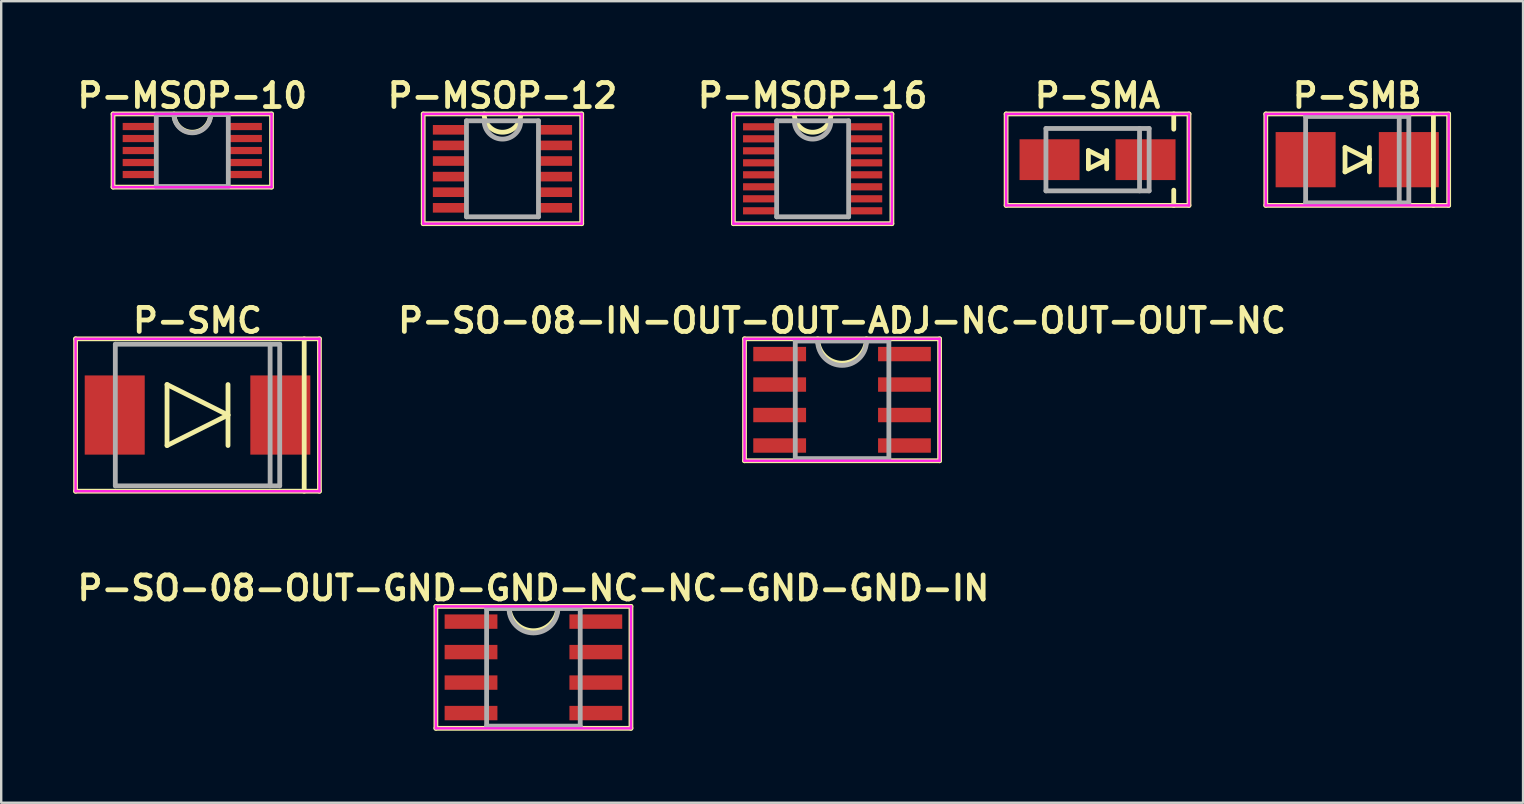
<source format=kicad_pcb>
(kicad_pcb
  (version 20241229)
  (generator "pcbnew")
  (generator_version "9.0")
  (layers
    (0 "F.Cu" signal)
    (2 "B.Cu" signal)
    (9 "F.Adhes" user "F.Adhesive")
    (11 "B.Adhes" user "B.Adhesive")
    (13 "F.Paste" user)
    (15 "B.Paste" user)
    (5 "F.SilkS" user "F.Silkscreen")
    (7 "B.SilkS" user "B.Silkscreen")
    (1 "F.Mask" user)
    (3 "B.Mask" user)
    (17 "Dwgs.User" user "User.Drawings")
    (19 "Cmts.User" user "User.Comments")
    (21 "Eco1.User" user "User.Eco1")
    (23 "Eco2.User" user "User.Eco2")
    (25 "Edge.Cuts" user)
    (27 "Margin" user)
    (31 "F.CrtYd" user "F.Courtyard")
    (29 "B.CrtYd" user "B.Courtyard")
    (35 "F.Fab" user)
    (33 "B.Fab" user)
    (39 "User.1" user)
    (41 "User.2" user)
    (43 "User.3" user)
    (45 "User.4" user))
  (footprint "P-SMA"
    (layer "F.Cu")
    (at 42.681 3.603)
    (property "Reference" "P-SMA" (at 0 -2.667 0) (layer "F.SilkS") (effects (font (size 1 1) (thickness 0.2))))
    (attr through_hole)
    (fp_line (start -3.81 -1.905) (end 3.81 -1.905) (stroke (width 0.2) (type solid)) (layer "F.SilkS"))
    (fp_line (start -3.81 1.905) (end -3.81 -1.905) (stroke (width 0.2) (type solid)) (layer "F.SilkS"))
    (fp_line (start -3.81 1.905) (end 3.81 1.905) (stroke (width 0.2) (type solid)) (layer "F.SilkS"))
    (fp_line (start -0.381 -0.381) (end -0.381 0.381) (stroke (width 0.2) (type solid)) (layer "F.SilkS"))
    (fp_line (start -0.381 0.381) (end 0.381 0) (stroke (width 0.2) (type solid)) (layer "F.SilkS"))
    (fp_line (start 0.381 -0.381) (end 0.381 0.381) (stroke (width 0.2) (type solid)) (layer "F.SilkS"))
    (fp_line (start 0.381 0) (end -0.381 -0.381) (stroke (width 0.2) (type solid)) (layer "F.SilkS"))
    (fp_line (start 3.175 -1.905) (end 3.175 -1.27) (stroke (width 0.2) (type solid)) (layer "F.SilkS"))
    (fp_line (start 3.175 1.27) (end 3.175 1.905) (stroke (width 0.2) (type solid)) (layer "F.SilkS"))
    (fp_line (start 3.81 -1.905) (end 3.81 1.905) (stroke (width 0.2) (type solid)) (layer "F.SilkS"))
    (fp_line (start -3.81 -1.905) (end -3.81 1.905) (stroke (width 0.1) (type solid)) (layer "F.CrtYd"))
    (fp_line (start -3.81 -1.905) (end 3.81 -1.905) (stroke (width 0.1) (type solid)) (layer "F.CrtYd"))
    (fp_line (start -3.81 1.905) (end 3.81 1.905) (stroke (width 0.1) (type solid)) (layer "F.CrtYd"))
    (fp_line (start 3.81 -1.905) (end 3.81 1.905) (stroke (width 0.1) (type solid)) (layer "F.CrtYd"))
    (fp_line (start -2.15 -1.3) (end -2.15 1.3) (stroke (width 0.2) (type solid)) (layer "F.Fab"))
    (fp_line (start -2.15 -1.3) (end 2.15 -1.3) (stroke (width 0.2) (type solid)) (layer "F.Fab"))
    (fp_line (start -2.15 1.3) (end 2.15 1.3) (stroke (width 0.2) (type solid)) (layer "F.Fab"))
    (fp_line (start 1.75 -1.3) (end 1.75 1.3) (stroke (width 0.2) (type solid)) (layer "F.Fab"))
    (fp_line (start 2.15 -1.3) (end 2.15 1.3) (stroke (width 0.2) (type solid)) (layer "F.Fab"))
    (pad "A" smd rect (at -2 0) (size 2.5 1.7) (layers "F.Cu" "F.Mask"))
    (pad "C" smd rect (at 2 0) (size 2.5 1.7) (layers "F.Cu" "F.Mask")))
  (footprint "P-SMC"
    (layer "F.Cu")
    (at 5.18 14.243)
    (property "Reference" "P-SMC" (at 0 -3.937 0) (layer "F.SilkS") (effects (font (size 1 1) (thickness 0.2))))
    (attr through_hole)
    (fp_line (start -5.08 -3.175) (end 5.08 -3.175) (stroke (width 0.2) (type solid)) (layer "F.SilkS"))
    (fp_line (start -5.08 3.175) (end -5.08 -3.175) (stroke (width 0.2) (type solid)) (layer "F.SilkS"))
    (fp_line (start -5.08 3.175) (end 5.08 3.175) (stroke (width 0.2) (type solid)) (layer "F.SilkS"))
    (fp_line (start -1.27 -1.27) (end -1.27 1.27) (stroke (width 0.2) (type solid)) (layer "F.SilkS"))
    (fp_line (start -1.27 1.27) (end 1.27 0) (stroke (width 0.2) (type solid)) (layer "F.SilkS"))
    (fp_line (start 1.27 -1.27) (end 1.27 1.27) (stroke (width 0.2) (type solid)) (layer "F.SilkS"))
    (fp_line (start 1.27 0) (end -1.27 -1.27) (stroke (width 0.2) (type solid)) (layer "F.SilkS"))
    (fp_line (start 4.445 -3.175) (end 4.445 3.175) (stroke (width 0.2) (type solid)) (layer "F.SilkS"))
    (fp_line (start 5.08 -3.175) (end 5.08 3.175) (stroke (width 0.2) (type solid)) (layer "F.SilkS"))
    (fp_line (start -5.08 -3.175) (end -5.08 3.175) (stroke (width 0.1) (type solid)) (layer "F.CrtYd"))
    (fp_line (start -5.08 -3.175) (end 5.08 -3.175) (stroke (width 0.1) (type solid)) (layer "F.CrtYd"))
    (fp_line (start -5.08 3.175) (end 5.08 3.175) (stroke (width 0.1) (type solid)) (layer "F.CrtYd"))
    (fp_line (start 5.08 -3.175) (end 5.08 3.175) (stroke (width 0.1) (type solid)) (layer "F.CrtYd"))
    (fp_line (start -3.425 -2.95) (end -3.425 2.95) (stroke (width 0.2) (type solid)) (layer "F.Fab"))
    (fp_line (start -3.425 -2.95) (end 3.425 -2.95) (stroke (width 0.2) (type solid)) (layer "F.Fab"))
    (fp_line (start -3.425 2.95) (end 3.425 2.95) (stroke (width 0.2) (type solid)) (layer "F.Fab"))
    (fp_line (start 3.025 -2.95) (end 3.025 2.95) (stroke (width 0.2) (type solid)) (layer "F.Fab"))
    (fp_line (start 3.425 -2.95) (end 3.425 2.95) (stroke (width 0.2) (type solid)) (layer "F.Fab"))
    (pad "A" smd rect (at -3.45 0) (size 2.5 3.3) (layers "F.Cu" "F.Mask"))
    (pad "C" smd rect (at 3.45 0) (size 2.5 3.3) (layers "F.Cu" "F.Mask")))
  (footprint "P-MSOP-10"
    (layer "F.Cu")
    (at 4.962 3.222)
    (property "Reference" "P-MSOP-10" (at 0 -2.286 0) (layer "F.SilkS") (effects (font (size 1 1) (thickness 0.2))))
    (attr through_hole)
    (fp_line (start -3.302 -1.524) (end -3.302 1.524) (stroke (width 0.2) (type solid)) (layer "F.SilkS"))
    (fp_line (start -3.302 -1.524) (end 3.302 -1.524) (stroke (width 0.2) (type solid)) (layer "F.SilkS"))
    (fp_line (start -3.302 1.524) (end 3.302 1.524) (stroke (width 0.2) (type solid)) (layer "F.SilkS"))
    (fp_line (start 3.302 -1.524) (end 3.302 1.524) (stroke (width 0.2) (type solid)) (layer "F.SilkS"))
    (fp_arc (start 0.762 -1.524) (mid 0 -0.762) (end -0.762 -1.524) (stroke (width 0.2) (type solid)) (layer "F.SilkS"))
    (fp_line (start -3.302 -1.524) (end -3.302 1.524) (stroke (width 0.1) (type solid)) (layer "F.CrtYd"))
    (fp_line (start -3.302 -1.524) (end 3.302 -1.524) (stroke (width 0.1) (type solid)) (layer "F.CrtYd"))
    (fp_line (start -3.302 1.524) (end 3.302 1.524) (stroke (width 0.1) (type solid)) (layer "F.CrtYd"))
    (fp_line (start 3.302 -1.524) (end 3.302 1.524) (stroke (width 0.1) (type solid)) (layer "F.CrtYd"))
    (fp_line (start -1.5 -1.5) (end -1.5 1.5) (stroke (width 0.2) (type solid)) (layer "F.Fab"))
    (fp_line (start -1.5 -1.5) (end 1.5 -1.5) (stroke (width 0.2) (type solid)) (layer "F.Fab"))
    (fp_line (start -1.5 1.5) (end 1.5 1.5) (stroke (width 0.2) (type solid)) (layer "F.Fab"))
    (fp_line (start 1.5 -1.5) (end 1.5 1.5) (stroke (width 0.2) (type solid)) (layer "F.Fab"))
    (fp_arc (start 0.762 -1.5) (mid 0 -0.738) (end -0.762 -1.5) (stroke (width 0.2) (type solid)) (layer "F.Fab"))
    (pad "1" smd rect (at -2.2 -1) (size 1.4 0.3) (layers "F.Cu" "F.Mask"))
    (pad "2" smd rect (at -2.2 -0.5) (size 1.4 0.3) (layers "F.Cu" "F.Mask"))
    (pad "3" smd rect (at -2.2 0) (size 1.4 0.3) (layers "F.Cu" "F.Mask"))
    (pad "4" smd rect (at -2.2 0.5) (size 1.4 0.3) (layers "F.Cu" "F.Mask"))
    (pad "5" smd rect (at -2.2 1) (size 1.4 0.3) (layers "F.Cu" "F.Mask"))
    (pad "6" smd rect (at 2.2 1) (size 1.4 0.3) (layers "F.Cu" "F.Mask"))
    (pad "7" smd rect (at 2.2 0.5) (size 1.4 0.3) (layers "F.Cu" "F.Mask"))
    (pad "8" smd rect (at 2.2 0) (size 1.4 0.3) (layers "F.Cu" "F.Mask"))
    (pad "9" smd rect (at 2.2 -0.5) (size 1.4 0.3) (layers "F.Cu" "F.Mask"))
    (pad "10" smd rect (at 2.2 -1) (size 1.4 0.3) (layers "F.Cu" "F.Mask")))
  (footprint "P-MSOP-12"
    (layer "F.Cu")
    (at 17.886 3.984)
    (property "Reference" "P-MSOP-12" (at 0 -3.048 0) (layer "F.SilkS") (effects (font (size 1 1) (thickness 0.2))))
    (attr through_hole)
    (fp_line (start -3.302 -2.286) (end -3.302 2.286) (stroke (width 0.2) (type solid)) (layer "F.SilkS"))
    (fp_line (start -3.302 -2.286) (end 3.302 -2.286) (stroke (width 0.2) (type solid)) (layer "F.SilkS"))
    (fp_line (start -3.302 2.286) (end 3.302 2.286) (stroke (width 0.2) (type solid)) (layer "F.SilkS"))
    (fp_line (start 3.302 -2.286) (end 3.302 2.286) (stroke (width 0.2) (type solid)) (layer "F.SilkS"))
    (fp_arc (start 0.762 -2.286) (mid 0 -1.524) (end -0.762 -2.286) (stroke (width 0.2) (type solid)) (layer "F.SilkS"))
    (fp_line (start -3.302 -2.286) (end -3.302 2.286) (stroke (width 0.1) (type solid)) (layer "F.CrtYd"))
    (fp_line (start -3.302 -2.286) (end 3.302 -2.286) (stroke (width 0.1) (type solid)) (layer "F.CrtYd"))
    (fp_line (start -3.302 2.286) (end 3.302 2.286) (stroke (width 0.1) (type solid)) (layer "F.CrtYd"))
    (fp_line (start 3.302 -2.286) (end 3.302 2.286) (stroke (width 0.1) (type solid)) (layer "F.CrtYd"))
    (fp_line (start -1.5 -2) (end -1.5 2) (stroke (width 0.2) (type solid)) (layer "F.Fab"))
    (fp_line (start -1.5 -2) (end 1.5 -2) (stroke (width 0.2) (type solid)) (layer "F.Fab"))
    (fp_line (start -1.5 2) (end 1.5 2) (stroke (width 0.2) (type solid)) (layer "F.Fab"))
    (fp_line (start 1.5 -2) (end 1.5 2) (stroke (width 0.2) (type solid)) (layer "F.Fab"))
    (fp_arc (start 0.762 -2) (mid 0 -1.238) (end -0.762 -2) (stroke (width 0.2) (type solid)) (layer "F.Fab"))
    (pad "1" smd rect (at -2.2 -1.625) (size 1.4 0.4) (layers "F.Cu" "F.Mask"))
    (pad "2" smd rect (at -2.2 -0.975) (size 1.4 0.4) (layers "F.Cu" "F.Mask"))
    (pad "3" smd rect (at -2.2 -0.325) (size 1.4 0.4) (layers "F.Cu" "F.Mask"))
    (pad "4" smd rect (at -2.2 0.325) (size 1.4 0.4) (layers "F.Cu" "F.Mask"))
    (pad "5" smd rect (at -2.2 0.975) (size 1.4 0.4) (layers "F.Cu" "F.Mask"))
    (pad "6" smd rect (at -2.2 1.625) (size 1.4 0.4) (layers "F.Cu" "F.Mask"))
    (pad "7" smd rect (at 2.2 1.625) (size 1.4 0.4) (layers "F.Cu" "F.Mask"))
    (pad "8" smd rect (at 2.2 0.975) (size 1.4 0.4) (layers "F.Cu" "F.Mask"))
    (pad "9" smd rect (at 2.2 0.325) (size 1.4 0.4) (layers "F.Cu" "F.Mask"))
    (pad "10" smd rect (at 2.2 -0.325) (size 1.4 0.4) (layers "F.Cu" "F.Mask"))
    (pad "11" smd rect (at 2.2 -0.975) (size 1.4 0.4) (layers "F.Cu" "F.Mask"))
    (pad "12" smd rect (at 2.2 -1.625) (size 1.4 0.4) (layers "F.Cu" "F.Mask")))
  (footprint "P-SO-08-OUT-GND-GND-NC-NC-GND-GND-IN"
    (layer "F.Cu")
    (at 19.176 24.756)
    (property "Reference" "P-SO-08-OUT-GND-GND-NC-NC-GND-GND-IN" (at 0 -3.302 0) (layer "F.SilkS") (effects (font (size 1 1) (thickness 0.2))))
    (attr through_hole)
    (fp_line (start -4.064 -2.54) (end -4.064 2.54) (stroke (width 0.2) (type solid)) (layer "F.SilkS"))
    (fp_line (start -4.064 -2.54) (end 4.064 -2.54) (stroke (width 0.2) (type solid)) (layer "F.SilkS"))
    (fp_line (start 4.064 -2.54) (end 4.064 2.54) (stroke (width 0.2) (type solid)) (layer "F.SilkS"))
    (fp_line (start 4.064 2.54) (end -4.064 2.54) (stroke (width 0.2) (type solid)) (layer "F.SilkS"))
    (fp_arc (start 1.016 -2.54) (mid 0 -1.524) (end -1.016 -2.54) (stroke (width 0.2) (type solid)) (layer "F.SilkS"))
    (fp_line (start -4.064 -2.54) (end -4.064 2.54) (stroke (width 0.1) (type solid)) (layer "F.CrtYd"))
    (fp_line (start -4.064 -2.54) (end 4.064 -2.54) (stroke (width 0.1) (type solid)) (layer "F.CrtYd"))
    (fp_line (start -4.064 2.54) (end 4.064 2.54) (stroke (width 0.1) (type solid)) (layer "F.CrtYd"))
    (fp_line (start 4.064 -2.54) (end 4.064 2.54) (stroke (width 0.1) (type solid)) (layer "F.CrtYd"))
    (fp_line (start -1.95 -2.45) (end -1.95 2.45) (stroke (width 0.2) (type solid)) (layer "F.Fab"))
    (fp_line (start -1.95 -2.45) (end 1.95 -2.45) (stroke (width 0.2) (type solid)) (layer "F.Fab"))
    (fp_line (start -1.95 2.45) (end 1.95 2.45) (stroke (width 0.2) (type solid)) (layer "F.Fab"))
    (fp_line (start 1.95 -2.45) (end 1.95 2.45) (stroke (width 0.2) (type solid)) (layer "F.Fab"))
    (fp_arc (start 1.016 -2.45) (mid 0 -1.434) (end -1.016 -2.45) (stroke (width 0.2) (type solid)) (layer "F.Fab"))
    (pad "GND" smd rect (at -2.6 -0.635) (size 2.2 0.6) (layers "F.Cu" "F.Mask"))
    (pad "GND" smd rect (at -2.6 0.635) (size 2.2 0.6) (layers "F.Cu" "F.Mask"))
    (pad "GND" smd rect (at 2.6 -0.635) (size 2.2 0.6) (layers "F.Cu" "F.Mask"))
    (pad "GND" smd rect (at 2.6 0.635) (size 2.2 0.6) (layers "F.Cu" "F.Mask"))
    (pad "IN" smd rect (at 2.6 -1.905) (size 2.2 0.6) (layers "F.Cu" "F.Mask"))
    (pad "NC" smd rect (at -2.6 1.905) (size 2.2 0.6) (layers "F.Cu" "F.Mask"))
    (pad "NC" smd rect (at 2.6 1.905) (size 2.2 0.6) (layers "F.Cu" "F.Mask"))
    (pad "OUT" smd rect (at -2.6 -1.905) (size 2.2 0.6) (layers "F.Cu" "F.Mask")))
  (footprint "P-SMB"
    (layer "F.Cu")
    (at 53.501 3.603)
    (property "Reference" "P-SMB" (at 0 -2.667 0) (layer "F.SilkS") (effects (font (size 1 1) (thickness 0.2))))
    (attr through_hole)
    (fp_line (start -3.81 -1.905) (end 3.81 -1.905) (stroke (width 0.2) (type solid)) (layer "F.SilkS"))
    (fp_line (start -3.81 1.905) (end -3.81 -1.905) (stroke (width 0.2) (type solid)) (layer "F.SilkS"))
    (fp_line (start -3.81 1.905) (end 3.81 1.905) (stroke (width 0.2) (type solid)) (layer "F.SilkS"))
    (fp_line (start -0.508 -0.508) (end -0.508 0.508) (stroke (width 0.2) (type solid)) (layer "F.SilkS"))
    (fp_line (start -0.508 0.508) (end 0.508 0) (stroke (width 0.2) (type solid)) (layer "F.SilkS"))
    (fp_line (start 0.508 -0.508) (end 0.508 0.508) (stroke (width 0.2) (type solid)) (layer "F.SilkS"))
    (fp_line (start 0.508 0) (end -0.508 -0.508) (stroke (width 0.2) (type solid)) (layer "F.SilkS"))
    (fp_line (start 3.175 -1.905) (end 3.175 1.905) (stroke (width 0.2) (type solid)) (layer "F.SilkS"))
    (fp_line (start 3.81 -1.905) (end 3.81 1.905) (stroke (width 0.2) (type solid)) (layer "F.SilkS"))
    (fp_line (start -3.81 -1.905) (end -3.81 1.905) (stroke (width 0.1) (type solid)) (layer "F.CrtYd"))
    (fp_line (start -3.81 -1.905) (end 3.81 -1.905) (stroke (width 0.1) (type solid)) (layer "F.CrtYd"))
    (fp_line (start -3.81 1.905) (end 3.81 1.905) (stroke (width 0.1) (type solid)) (layer "F.CrtYd"))
    (fp_line (start 3.81 -1.905) (end 3.81 1.905) (stroke (width 0.1) (type solid)) (layer "F.CrtYd"))
    (fp_line (start -2.15 -1.8) (end -2.15 1.8) (stroke (width 0.2) (type solid)) (layer "F.Fab"))
    (fp_line (start -2.15 -1.8) (end 2.15 -1.8) (stroke (width 0.2) (type solid)) (layer "F.Fab"))
    (fp_line (start -2.15 1.8) (end 2.15 1.8) (stroke (width 0.2) (type solid)) (layer "F.Fab"))
    (fp_line (start 1.75 -1.8) (end 1.75 1.8) (stroke (width 0.2) (type solid)) (layer "F.Fab"))
    (fp_line (start 2.15 -1.8) (end 2.15 1.8) (stroke (width 0.2) (type solid)) (layer "F.Fab"))
    (pad "A" smd rect (at -2.15 0) (size 2.5 2.3) (layers "F.Cu" "F.Mask"))
    (pad "C" smd rect (at 2.15 0) (size 2.5 2.3) (layers "F.Cu" "F.Mask")))
  (footprint "P-MSOP-16"
    (layer "F.Cu")
    (at 30.81 3.984)
    (property "Reference" "P-MSOP-16" (at 0 -3.048 0) (layer "F.SilkS") (effects (font (size 1 1) (thickness 0.2))))
    (attr through_hole)
    (fp_line (start -3.302 -2.286) (end -3.302 2.286) (stroke (width 0.2) (type solid)) (layer "F.SilkS"))
    (fp_line (start -3.302 -2.286) (end 3.302 -2.286) (stroke (width 0.2) (type solid)) (layer "F.SilkS"))
    (fp_line (start -3.302 2.286) (end 3.302 2.286) (stroke (width 0.2) (type solid)) (layer "F.SilkS"))
    (fp_line (start 3.302 -2.286) (end 3.302 2.286) (stroke (width 0.2) (type solid)) (layer "F.SilkS"))
    (fp_arc (start 0.762 -2.286) (mid 0 -1.524) (end -0.762 -2.286) (stroke (width 0.2) (type solid)) (layer "F.SilkS"))
    (fp_line (start -3.302 -2.286) (end -3.302 2.286) (stroke (width 0.1) (type solid)) (layer "F.CrtYd"))
    (fp_line (start -3.302 -2.286) (end 3.302 -2.286) (stroke (width 0.1) (type solid)) (layer "F.CrtYd"))
    (fp_line (start -3.302 2.286) (end 3.302 2.286) (stroke (width 0.1) (type solid)) (layer "F.CrtYd"))
    (fp_line (start 3.302 -2.286) (end 3.302 2.286) (stroke (width 0.1) (type solid)) (layer "F.CrtYd"))
    (fp_line (start -1.5 -2) (end -1.5 2) (stroke (width 0.2) (type solid)) (layer "F.Fab"))
    (fp_line (start -1.5 -2) (end 1.5 -2) (stroke (width 0.2) (type solid)) (layer "F.Fab"))
    (fp_line (start -1.5 2) (end 1.5 2) (stroke (width 0.2) (type solid)) (layer "F.Fab"))
    (fp_line (start 1.5 -2) (end 1.5 2) (stroke (width 0.2) (type solid)) (layer "F.Fab"))
    (fp_arc (start 0.762 -2) (mid 0 -1.238) (end -0.762 -2) (stroke (width 0.2) (type solid)) (layer "F.Fab"))
    (pad "1" smd rect (at -2.2 -1.75) (size 1.4 0.3) (layers "F.Cu" "F.Mask"))
    (pad "2" smd rect (at -2.2 -1.25) (size 1.4 0.3) (layers "F.Cu" "F.Mask"))
    (pad "3" smd rect (at -2.2 -0.75) (size 1.4 0.3) (layers "F.Cu" "F.Mask"))
    (pad "4" smd rect (at -2.2 -0.25) (size 1.4 0.3) (layers "F.Cu" "F.Mask"))
    (pad "5" smd rect (at -2.2 0.25) (size 1.4 0.3) (layers "F.Cu" "F.Mask"))
    (pad "6" smd rect (at -2.2 0.75) (size 1.4 0.3) (layers "F.Cu" "F.Mask"))
    (pad "7" smd rect (at -2.2 1.25) (size 1.4 0.3) (layers "F.Cu" "F.Mask"))
    (pad "8" smd rect (at -2.2 1.75) (size 1.4 0.3) (layers "F.Cu" "F.Mask"))
    (pad "9" smd rect (at 2.2 1.75) (size 1.4 0.3) (layers "F.Cu" "F.Mask"))
    (pad "10" smd rect (at 2.2 1.25) (size 1.4 0.3) (layers "F.Cu" "F.Mask"))
    (pad "11" smd rect (at 2.2 0.75) (size 1.4 0.3) (layers "F.Cu" "F.Mask"))
    (pad "12" smd rect (at 2.2 0.25) (size 1.4 0.3) (layers "F.Cu" "F.Mask"))
    (pad "13" smd rect (at 2.2 -0.25) (size 1.4 0.3) (layers "F.Cu" "F.Mask"))
    (pad "14" smd rect (at 2.2 -0.75) (size 1.4 0.3) (layers "F.Cu" "F.Mask"))
    (pad "15" smd rect (at 2.2 -1.25) (size 1.4 0.3) (layers "F.Cu" "F.Mask"))
    (pad "16" smd rect (at 2.2 -1.75) (size 1.4 0.3) (layers "F.Cu" "F.Mask")))
  (footprint "P-SO-08-IN-OUT-OUT-ADJ-NC-OUT-OUT-NC"
    (layer "F.Cu")
    (at 32.036 13.608)
    (property "Reference" "P-SO-08-IN-OUT-OUT-ADJ-NC-OUT-OUT-NC" (at 0 -3.302 0) (layer "F.SilkS") (effects (font (size 1 1) (thickness 0.2))))
    (attr through_hole)
    (fp_line (start -4.064 -2.54) (end -4.064 2.54) (stroke (width 0.2) (type solid)) (layer "F.SilkS"))
    (fp_line (start -4.064 -2.54) (end 4.064 -2.54) (stroke (width 0.2) (type solid)) (layer "F.SilkS"))
    (fp_line (start 4.064 -2.54) (end 4.064 2.54) (stroke (width 0.2) (type solid)) (layer "F.SilkS"))
    (fp_line (start 4.064 2.54) (end -4.064 2.54) (stroke (width 0.2) (type solid)) (layer "F.SilkS"))
    (fp_arc (start 1.016 -2.54) (mid 0 -1.524) (end -1.016 -2.54) (stroke (width 0.2) (type solid)) (layer "F.SilkS"))
    (fp_line (start -4.064 -2.54) (end -4.064 2.54) (stroke (width 0.1) (type solid)) (layer "F.CrtYd"))
    (fp_line (start -4.064 -2.54) (end 4.064 -2.54) (stroke (width 0.1) (type solid)) (layer "F.CrtYd"))
    (fp_line (start -4.064 2.54) (end 4.064 2.54) (stroke (width 0.1) (type solid)) (layer "F.CrtYd"))
    (fp_line (start 4.064 -2.54) (end 4.064 2.54) (stroke (width 0.1) (type solid)) (layer "F.CrtYd"))
    (fp_line (start -1.95 -2.45) (end -1.95 2.45) (stroke (width 0.2) (type solid)) (layer "F.Fab"))
    (fp_line (start -1.95 -2.45) (end 1.95 -2.45) (stroke (width 0.2) (type solid)) (layer "F.Fab"))
    (fp_line (start -1.95 2.45) (end 1.95 2.45) (stroke (width 0.2) (type solid)) (layer "F.Fab"))
    (fp_line (start 1.95 -2.45) (end 1.95 2.45) (stroke (width 0.2) (type solid)) (layer "F.Fab"))
    (fp_arc (start 1.016 -2.45) (mid 0 -1.434) (end -1.016 -2.45) (stroke (width 0.2) (type solid)) (layer "F.Fab"))
    (pad "ADJ" smd rect (at -2.6 1.905) (size 2.2 0.6) (layers "F.Cu" "F.Mask"))
    (pad "IN" smd rect (at -2.6 -1.905) (size 2.2 0.6) (layers "F.Cu" "F.Mask"))
    (pad "NC" smd rect (at 2.6 -1.905) (size 2.2 0.6) (layers "F.Cu" "F.Mask"))
    (pad "NC" smd rect (at 2.6 1.905) (size 2.2 0.6) (layers "F.Cu" "F.Mask"))
    (pad "OUT" smd rect (at -2.6 -0.635) (size 2.2 0.6) (layers "F.Cu" "F.Mask"))
    (pad "OUT" smd rect (at -2.6 0.635) (size 2.2 0.6) (layers "F.Cu" "F.Mask"))
    (pad "OUT" smd rect (at 2.6 -0.635) (size 2.2 0.6) (layers "F.Cu" "F.Mask"))
    (pad "OUT" smd rect (at 2.6 0.635) (size 2.2 0.6) (layers "F.Cu" "F.Mask")))
  (gr_rect
    (start -3 -3)
    (end 60.411 30.396)
    (stroke (width 0.1) (type default))
    (fill no)
    (layer "Edge.Cuts")))
</source>
